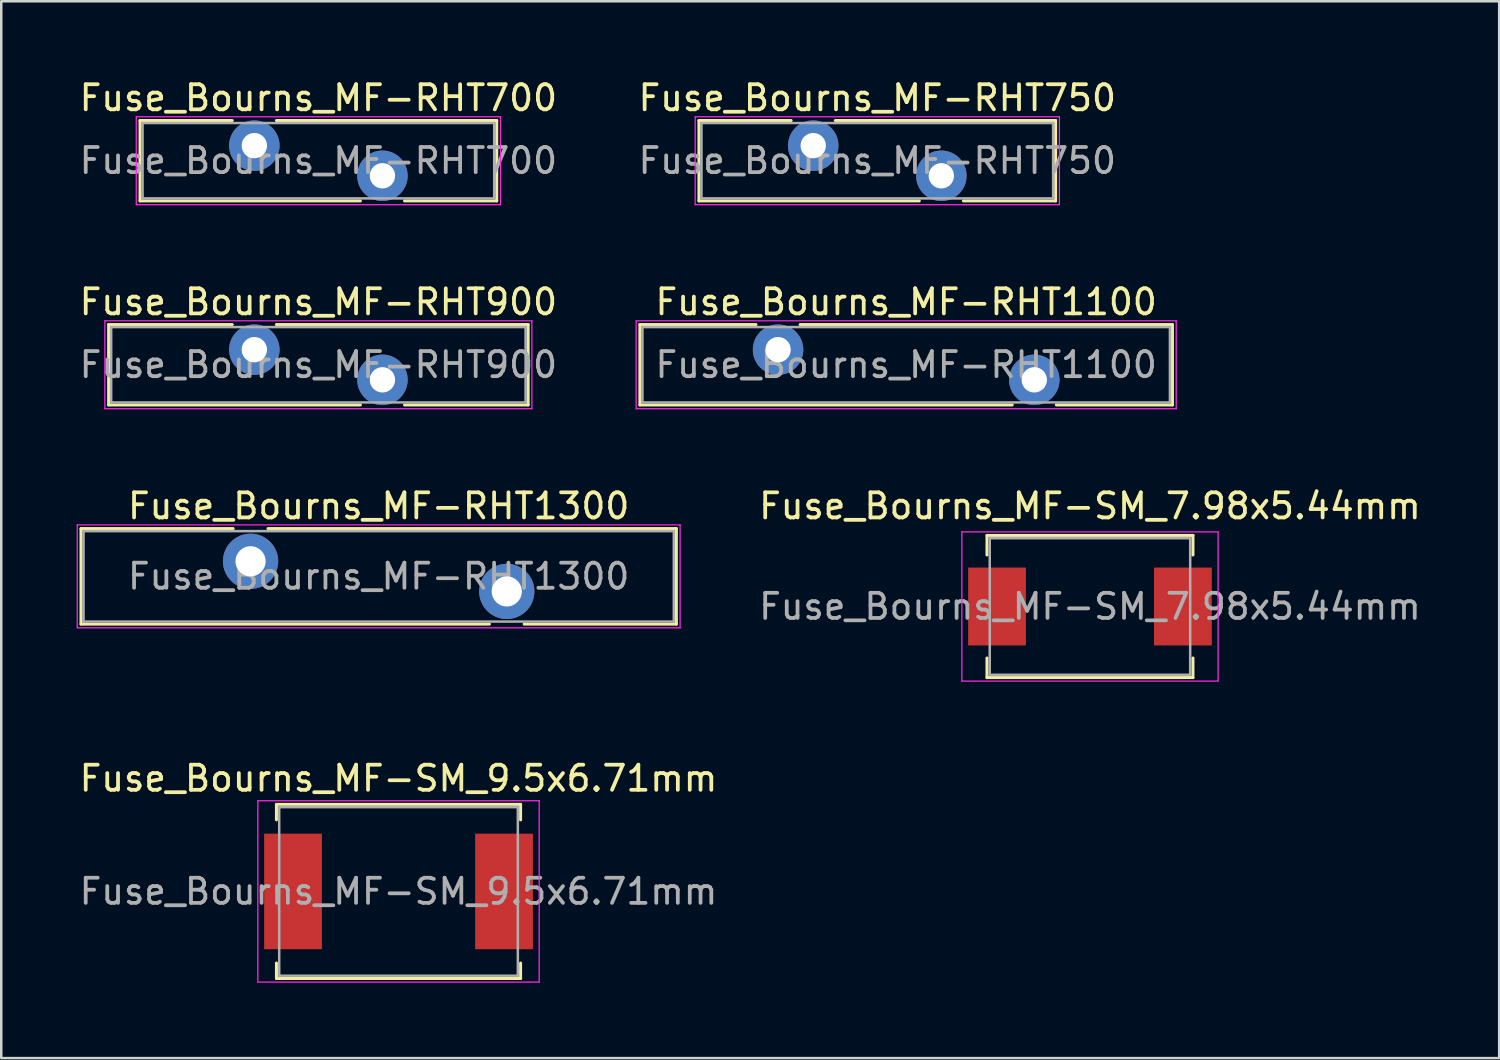
<source format=kicad_pcb>
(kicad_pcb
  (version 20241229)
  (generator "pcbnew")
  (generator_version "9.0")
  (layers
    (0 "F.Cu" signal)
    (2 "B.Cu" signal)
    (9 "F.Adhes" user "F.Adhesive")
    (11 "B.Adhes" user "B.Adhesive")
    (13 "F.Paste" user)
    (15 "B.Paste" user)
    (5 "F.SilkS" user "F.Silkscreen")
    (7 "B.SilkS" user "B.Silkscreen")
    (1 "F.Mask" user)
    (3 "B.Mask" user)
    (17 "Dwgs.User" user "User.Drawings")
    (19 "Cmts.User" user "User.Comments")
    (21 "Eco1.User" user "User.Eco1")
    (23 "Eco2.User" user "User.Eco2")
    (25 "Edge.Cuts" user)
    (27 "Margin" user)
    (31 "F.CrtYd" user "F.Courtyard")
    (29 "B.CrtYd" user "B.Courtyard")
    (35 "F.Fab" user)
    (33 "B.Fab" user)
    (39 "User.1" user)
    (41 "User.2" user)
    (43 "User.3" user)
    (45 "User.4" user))
  (footprint "Fuse_Bourns_MF-RHT700"
    (layer "F.Cu")
    (at 7.075 2.748)
    (property "Reference" "Fuse_Bourns_MF-RHT700" (at 2.55 -1.9 0) (layer "F.SilkS") (effects (font (size 1 1) (thickness 0.15))))
    (attr through_hole)
    (fp_line (start -4.55 -1) (end -4.55 2.2) (stroke (width 0.12) (type solid)) (layer "F.SilkS"))
    (fp_line (start -4.55 -1) (end -0.879 -1) (stroke (width 0.12) (type solid)) (layer "F.SilkS"))
    (fp_line (start -4.55 2.2) (end 4.222 2.2) (stroke (width 0.12) (type solid)) (layer "F.SilkS"))
    (fp_line (start 0.879 -1) (end 9.65 -1) (stroke (width 0.12) (type solid)) (layer "F.SilkS"))
    (fp_line (start 5.979 2.2) (end 9.65 2.2) (stroke (width 0.12) (type solid)) (layer "F.SilkS"))
    (fp_line (start 9.65 -1) (end 9.65 2.2) (stroke (width 0.12) (type solid)) (layer "F.SilkS"))
    (fp_line (start -4.7 -1.15) (end -4.7 2.35) (stroke (width 0.05) (type solid)) (layer "F.CrtYd"))
    (fp_line (start -4.7 2.35) (end 9.8 2.35) (stroke (width 0.05) (type solid)) (layer "F.CrtYd"))
    (fp_line (start 9.8 -1.15) (end -4.7 -1.15) (stroke (width 0.05) (type solid)) (layer "F.CrtYd"))
    (fp_line (start 9.8 2.35) (end 9.8 -1.15) (stroke (width 0.05) (type solid)) (layer "F.CrtYd"))
    (fp_line (start -4.45 -0.9) (end -4.45 2.1) (stroke (width 0.1) (type solid)) (layer "F.Fab"))
    (fp_line (start -4.45 2.1) (end 9.55 2.1) (stroke (width 0.1) (type solid)) (layer "F.Fab"))
    (fp_line (start 9.55 -0.9) (end -4.45 -0.9) (stroke (width 0.1) (type solid)) (layer "F.Fab"))
    (fp_line (start 9.55 2.1) (end 9.55 -0.9) (stroke (width 0.1) (type solid)) (layer "F.Fab"))
    (fp_text user "${REFERENCE}" (at 2.55 0.6 0) (layer "F.Fab") (effects (font (size 1 1) (thickness 0.15))))
    (pad "1" thru_hole circle (at 0 0) (size 2.01 2.01) (drill 1.01) (layers "*.Cu" "*.Mask"))
    (pad "2" thru_hole circle (at 5.1 1.2) (size 2.01 2.01) (drill 1.01) (layers "*.Cu" "*.Mask")))
  (footprint "Fuse_Bourns_MF-RHT1300"
    (layer "F.Cu")
    (at 6.925 19.295)
    (property "Reference" "Fuse_Bourns_MF-RHT1300" (at 5.1 -2.2 0) (layer "F.SilkS") (effects (font (size 1 1) (thickness 0.15))))
    (attr through_hole)
    (fp_line (start -6.75 -1.301) (end -6.75 2.5) (stroke (width 0.12) (type solid)) (layer "F.SilkS"))
    (fp_line (start -6.75 -1.301) (end -0.693 -1.301) (stroke (width 0.12) (type solid)) (layer "F.SilkS"))
    (fp_line (start -6.75 2.5) (end 9.508 2.5) (stroke (width 0.12) (type solid)) (layer "F.SilkS"))
    (fp_line (start 0.693 -1.301) (end 16.951 -1.301) (stroke (width 0.12) (type solid)) (layer "F.SilkS"))
    (fp_line (start 10.893 2.5) (end 16.951 2.5) (stroke (width 0.12) (type solid)) (layer "F.SilkS"))
    (fp_line (start 16.951 -1.301) (end 16.951 2.5) (stroke (width 0.12) (type solid)) (layer "F.SilkS"))
    (fp_line (start -6.9 -1.45) (end -6.9 2.65) (stroke (width 0.05) (type solid)) (layer "F.CrtYd"))
    (fp_line (start -6.9 2.65) (end 17.1 2.65) (stroke (width 0.05) (type solid)) (layer "F.CrtYd"))
    (fp_line (start 17.1 -1.45) (end -6.9 -1.45) (stroke (width 0.05) (type solid)) (layer "F.CrtYd"))
    (fp_line (start 17.1 2.65) (end 17.1 -1.45) (stroke (width 0.05) (type solid)) (layer "F.CrtYd"))
    (fp_line (start -6.65 -1.2) (end -6.65 2.4) (stroke (width 0.1) (type solid)) (layer "F.Fab"))
    (fp_line (start -6.65 2.4) (end 16.85 2.4) (stroke (width 0.1) (type solid)) (layer "F.Fab"))
    (fp_line (start 16.85 -1.2) (end -6.65 -1.2) (stroke (width 0.1) (type solid)) (layer "F.Fab"))
    (fp_line (start 16.85 2.4) (end 16.85 -1.2) (stroke (width 0.1) (type solid)) (layer "F.Fab"))
    (fp_text user "${REFERENCE}" (at 5.1 0.6 0) (layer "F.Fab") (effects (font (size 1 1) (thickness 0.15))))
    (pad "1" thru_hole circle (at 0 0) (size 2.2 2.2) (drill 1.2) (layers "*.Cu" "*.Mask"))
    (pad "2" thru_hole circle (at 10.2 1.2) (size 2.2 2.2) (drill 1.2) (layers "*.Cu" "*.Mask")))
  (footprint "Fuse_Bourns_MF-RHT750"
    (layer "F.Cu")
    (at 29.325 2.748)
    (property "Reference" "Fuse_Bourns_MF-RHT750" (at 2.55 -1.9 0) (layer "F.SilkS") (effects (font (size 1 1) (thickness 0.15))))
    (attr through_hole)
    (fp_line (start -4.55 -1) (end -4.55 2.2) (stroke (width 0.12) (type solid)) (layer "F.SilkS"))
    (fp_line (start -4.55 -1) (end -0.879 -1) (stroke (width 0.12) (type solid)) (layer "F.SilkS"))
    (fp_line (start -4.55 2.2) (end 4.222 2.2) (stroke (width 0.12) (type solid)) (layer "F.SilkS"))
    (fp_line (start 0.879 -1) (end 9.65 -1) (stroke (width 0.12) (type solid)) (layer "F.SilkS"))
    (fp_line (start 5.979 2.2) (end 9.65 2.2) (stroke (width 0.12) (type solid)) (layer "F.SilkS"))
    (fp_line (start 9.65 -1) (end 9.65 2.2) (stroke (width 0.12) (type solid)) (layer "F.SilkS"))
    (fp_line (start -4.7 -1.15) (end -4.7 2.35) (stroke (width 0.05) (type solid)) (layer "F.CrtYd"))
    (fp_line (start -4.7 2.35) (end 9.8 2.35) (stroke (width 0.05) (type solid)) (layer "F.CrtYd"))
    (fp_line (start 9.8 -1.15) (end -4.7 -1.15) (stroke (width 0.05) (type solid)) (layer "F.CrtYd"))
    (fp_line (start 9.8 2.35) (end 9.8 -1.15) (stroke (width 0.05) (type solid)) (layer "F.CrtYd"))
    (fp_line (start -4.45 -0.9) (end -4.45 2.1) (stroke (width 0.1) (type solid)) (layer "F.Fab"))
    (fp_line (start -4.45 2.1) (end 9.55 2.1) (stroke (width 0.1) (type solid)) (layer "F.Fab"))
    (fp_line (start 9.55 -0.9) (end -4.45 -0.9) (stroke (width 0.1) (type solid)) (layer "F.Fab"))
    (fp_line (start 9.55 2.1) (end 9.55 -0.9) (stroke (width 0.1) (type solid)) (layer "F.Fab"))
    (fp_text user "${REFERENCE}" (at 2.55 0.6 0) (layer "F.Fab") (effects (font (size 1 1) (thickness 0.15))))
    (pad "1" thru_hole circle (at 0 0) (size 2.01 2.01) (drill 1.01) (layers "*.Cu" "*.Mask"))
    (pad "2" thru_hole circle (at 5.1 1.2) (size 2.01 2.01) (drill 1.01) (layers "*.Cu" "*.Mask")))
  (footprint "Fuse_Bourns_MF-RHT1100"
    (layer "F.Cu")
    (at 27.925 10.871)
    (property "Reference" "Fuse_Bourns_MF-RHT1100" (at 5.1 -1.9 0) (layer "F.SilkS") (effects (font (size 1 1) (thickness 0.15))))
    (attr through_hole)
    (fp_line (start -5.5 -1) (end -5.5 2.2) (stroke (width 0.12) (type solid)) (layer "F.SilkS"))
    (fp_line (start -5.5 -1) (end -0.879 -1) (stroke (width 0.12) (type solid)) (layer "F.SilkS"))
    (fp_line (start -5.5 2.2) (end 9.322 2.2) (stroke (width 0.12) (type solid)) (layer "F.SilkS"))
    (fp_line (start 0.879 -1) (end 15.7 -1) (stroke (width 0.12) (type solid)) (layer "F.SilkS"))
    (fp_line (start 11.079 2.2) (end 15.7 2.2) (stroke (width 0.12) (type solid)) (layer "F.SilkS"))
    (fp_line (start 15.7 -1) (end 15.7 2.2) (stroke (width 0.12) (type solid)) (layer "F.SilkS"))
    (fp_line (start -5.65 -1.15) (end -5.65 2.35) (stroke (width 0.05) (type solid)) (layer "F.CrtYd"))
    (fp_line (start -5.65 2.35) (end 15.85 2.35) (stroke (width 0.05) (type solid)) (layer "F.CrtYd"))
    (fp_line (start 15.85 -1.15) (end -5.65 -1.15) (stroke (width 0.05) (type solid)) (layer "F.CrtYd"))
    (fp_line (start 15.85 2.35) (end 15.85 -1.15) (stroke (width 0.05) (type solid)) (layer "F.CrtYd"))
    (fp_line (start -5.4 -0.9) (end -5.4 2.1) (stroke (width 0.1) (type solid)) (layer "F.Fab"))
    (fp_line (start -5.4 2.1) (end 15.6 2.1) (stroke (width 0.1) (type solid)) (layer "F.Fab"))
    (fp_line (start 15.6 -0.9) (end -5.4 -0.9) (stroke (width 0.1) (type solid)) (layer "F.Fab"))
    (fp_line (start 15.6 2.1) (end 15.6 -0.9) (stroke (width 0.1) (type solid)) (layer "F.Fab"))
    (fp_text user "${REFERENCE}" (at 5.1 0.6 0) (layer "F.Fab") (effects (font (size 1 1) (thickness 0.15))))
    (pad "1" thru_hole circle (at 0 0) (size 2.01 2.01) (drill 1.01) (layers "*.Cu" "*.Mask"))
    (pad "2" thru_hole circle (at 10.2 1.2) (size 2.01 2.01) (drill 1.01) (layers "*.Cu" "*.Mask")))
  (footprint "Fuse_Bourns_MF-SM_7.98x5.44mm"
    (layer "F.Cu")
    (at 40.342 21.095)
    (property "Reference" "Fuse_Bourns_MF-SM_7.98x5.44mm" (at 0 -4 0) (layer "F.SilkS") (effects (font (size 1 1) (thickness 0.15))))
    (attr smd)
    (fp_line (start -4.1 -2.83) (end -4.1 -2.05) (stroke (width 0.12) (type solid)) (layer "F.SilkS"))
    (fp_line (start -4.1 -2.83) (end 4.1 -2.83) (stroke (width 0.12) (type solid)) (layer "F.SilkS"))
    (fp_line (start -4.1 2.83) (end -4.1 2.05) (stroke (width 0.12) (type solid)) (layer "F.SilkS"))
    (fp_line (start -4.1 2.83) (end 4.1 2.83) (stroke (width 0.12) (type solid)) (layer "F.SilkS"))
    (fp_line (start 4.1 -2.83) (end 4.1 -2.05) (stroke (width 0.12) (type solid)) (layer "F.SilkS"))
    (fp_line (start 4.1 2.83) (end 4.1 2.05) (stroke (width 0.12) (type solid)) (layer "F.SilkS"))
    (fp_line (start -5.1 -2.97) (end 5.1 -2.97) (stroke (width 0.05) (type solid)) (layer "F.CrtYd"))
    (fp_line (start -5.1 2.97) (end -5.1 -2.97) (stroke (width 0.05) (type solid)) (layer "F.CrtYd"))
    (fp_line (start 5.1 -2.97) (end 5.1 2.97) (stroke (width 0.05) (type solid)) (layer "F.CrtYd"))
    (fp_line (start 5.1 2.97) (end -5.1 2.97) (stroke (width 0.05) (type solid)) (layer "F.CrtYd"))
    (fp_line (start -3.99 -2.72) (end 3.99 -2.72) (stroke (width 0.1) (type solid)) (layer "F.Fab"))
    (fp_line (start -3.99 2.72) (end -3.99 -2.72) (stroke (width 0.1) (type solid)) (layer "F.Fab"))
    (fp_line (start 3.99 -2.72) (end 3.99 2.72) (stroke (width 0.1) (type solid)) (layer "F.Fab"))
    (fp_line (start 3.99 2.72) (end -3.99 2.72) (stroke (width 0.1) (type solid)) (layer "F.Fab"))
    (fp_text user "${REFERENCE}" (at 0 0 0) (layer "F.Fab") (effects (font (size 1 1) (thickness 0.15))))
    (pad "1" smd rect (at -3.7 0) (size 2.3 3.1) (layers "F.Cu" "F.Mask" "F.Paste"))
    (pad "2" smd rect (at 3.7 0) (size 2.3 3.1) (layers "F.Cu" "F.Mask" "F.Paste")))
  (footprint "Fuse_Bourns_MF-RHT900"
    (layer "F.Cu")
    (at 7.075 10.871)
    (property "Reference" "Fuse_Bourns_MF-RHT900" (at 2.55 -1.9 0) (layer "F.SilkS") (effects (font (size 1 1) (thickness 0.15))))
    (attr through_hole)
    (fp_line (start -5.8 -1) (end -5.8 2.2) (stroke (width 0.12) (type solid)) (layer "F.SilkS"))
    (fp_line (start -5.8 -1) (end -0.879 -1) (stroke (width 0.12) (type solid)) (layer "F.SilkS"))
    (fp_line (start -5.8 2.2) (end 4.222 2.2) (stroke (width 0.12) (type solid)) (layer "F.SilkS"))
    (fp_line (start 0.879 -1) (end 10.9 -1) (stroke (width 0.12) (type solid)) (layer "F.SilkS"))
    (fp_line (start 5.979 2.2) (end 10.9 2.2) (stroke (width 0.12) (type solid)) (layer "F.SilkS"))
    (fp_line (start 10.9 -1) (end 10.9 2.2) (stroke (width 0.12) (type solid)) (layer "F.SilkS"))
    (fp_line (start -5.95 -1.15) (end -5.95 2.35) (stroke (width 0.05) (type solid)) (layer "F.CrtYd"))
    (fp_line (start -5.95 2.35) (end 11.05 2.35) (stroke (width 0.05) (type solid)) (layer "F.CrtYd"))
    (fp_line (start 11.05 -1.15) (end -5.95 -1.15) (stroke (width 0.05) (type solid)) (layer "F.CrtYd"))
    (fp_line (start 11.05 2.35) (end 11.05 -1.15) (stroke (width 0.05) (type solid)) (layer "F.CrtYd"))
    (fp_line (start -5.7 -0.9) (end -5.7 2.1) (stroke (width 0.1) (type solid)) (layer "F.Fab"))
    (fp_line (start -5.7 2.1) (end 10.8 2.1) (stroke (width 0.1) (type solid)) (layer "F.Fab"))
    (fp_line (start 10.8 -0.9) (end -5.7 -0.9) (stroke (width 0.1) (type solid)) (layer "F.Fab"))
    (fp_line (start 10.8 2.1) (end 10.8 -0.9) (stroke (width 0.1) (type solid)) (layer "F.Fab"))
    (fp_text user "${REFERENCE}" (at 2.55 0.6 0) (layer "F.Fab") (effects (font (size 1 1) (thickness 0.15))))
    (pad "1" thru_hole circle (at 0 0) (size 2.01 2.01) (drill 1.01) (layers "*.Cu" "*.Mask"))
    (pad "2" thru_hole circle (at 5.1 1.2) (size 2.01 2.01) (drill 1.01) (layers "*.Cu" "*.Mask")))
  (footprint "Fuse_Bourns_MF-SM_9.5x6.71mm"
    (layer "F.Cu")
    (at 12.815 32.438)
    (property "Reference" "Fuse_Bourns_MF-SM_9.5x6.71mm" (at 0 -4.5 0) (layer "F.SilkS") (effects (font (size 1 1) (thickness 0.15))))
    (attr smd)
    (fp_line (start -4.86 -3.465) (end 4.86 -3.465) (stroke (width 0.12) (type solid)) (layer "F.SilkS"))
    (fp_line (start -4.86 -2.85) (end -4.86 -3.465) (stroke (width 0.12) (type solid)) (layer "F.SilkS"))
    (fp_line (start -4.86 2.85) (end -4.86 3.465) (stroke (width 0.12) (type solid)) (layer "F.SilkS"))
    (fp_line (start -4.86 3.465) (end 4.86 3.465) (stroke (width 0.12) (type solid)) (layer "F.SilkS"))
    (fp_line (start 4.86 -2.85) (end 4.86 -3.465) (stroke (width 0.12) (type solid)) (layer "F.SilkS"))
    (fp_line (start 4.86 2.85) (end 4.86 3.465) (stroke (width 0.12) (type solid)) (layer "F.SilkS"))
    (fp_line (start -5.6 -3.61) (end 5.6 -3.61) (stroke (width 0.05) (type solid)) (layer "F.CrtYd"))
    (fp_line (start -5.6 3.61) (end -5.6 -3.61) (stroke (width 0.05) (type solid)) (layer "F.CrtYd"))
    (fp_line (start 5.6 -3.61) (end 5.6 3.61) (stroke (width 0.05) (type solid)) (layer "F.CrtYd"))
    (fp_line (start 5.6 3.61) (end -5.6 3.61) (stroke (width 0.05) (type solid)) (layer "F.CrtYd"))
    (fp_line (start -4.75 -3.355) (end 4.75 -3.355) (stroke (width 0.1) (type solid)) (layer "F.Fab"))
    (fp_line (start -4.75 3.355) (end -4.75 -3.355) (stroke (width 0.1) (type solid)) (layer "F.Fab"))
    (fp_line (start 4.75 -3.355) (end 4.75 3.355) (stroke (width 0.1) (type solid)) (layer "F.Fab"))
    (fp_line (start 4.75 3.355) (end -4.75 3.355) (stroke (width 0.1) (type solid)) (layer "F.Fab"))
    (fp_text user "${REFERENCE}" (at 0 0 0) (layer "F.Fab") (effects (font (size 1 1) (thickness 0.15))))
    (pad "1" smd rect (at -4.2 0) (size 2.3 4.6) (layers "F.Cu" "F.Mask" "F.Paste"))
    (pad "2" smd rect (at 4.2 0) (size 2.3 4.6) (layers "F.Cu" "F.Mask" "F.Paste")))
  (gr_rect
    (start -3 -3)
    (end 56.633 39.073)
    (stroke (width 0.1) (type default))
    (fill no)
    (layer "Edge.Cuts")))
</source>
